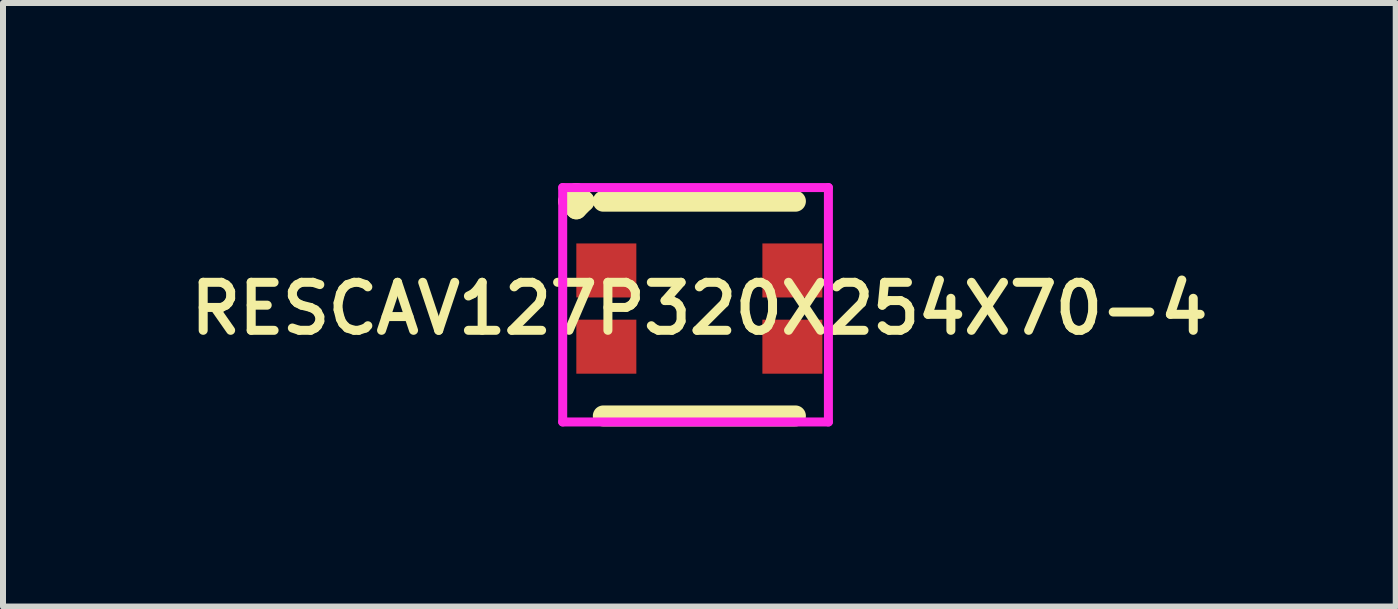
<source format=kicad_pcb>
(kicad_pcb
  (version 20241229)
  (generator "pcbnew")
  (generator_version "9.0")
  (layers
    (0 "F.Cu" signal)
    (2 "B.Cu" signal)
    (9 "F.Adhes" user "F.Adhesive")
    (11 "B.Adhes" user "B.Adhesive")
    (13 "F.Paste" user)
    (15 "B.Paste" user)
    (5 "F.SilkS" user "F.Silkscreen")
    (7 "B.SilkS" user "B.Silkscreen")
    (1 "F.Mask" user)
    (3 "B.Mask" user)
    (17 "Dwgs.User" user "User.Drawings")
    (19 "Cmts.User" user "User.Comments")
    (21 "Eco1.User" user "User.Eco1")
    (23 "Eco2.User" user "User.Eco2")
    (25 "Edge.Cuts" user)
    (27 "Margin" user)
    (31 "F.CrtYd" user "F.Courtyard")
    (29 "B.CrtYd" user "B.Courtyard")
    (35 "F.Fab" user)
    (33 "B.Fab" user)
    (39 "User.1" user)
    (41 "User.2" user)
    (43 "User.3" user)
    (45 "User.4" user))
  (footprint "RESCAV127P320X254X70-4"
    (layer "F.Cu")
    (at 8.602 2.091)
    (property "Reference" "RESCAV127P320X254X70-4" (at 0 0 0) (layer "F.SilkS") (effects (font (size 0.8 0.8) (thickness 0.15))))
    (attr through_hole)
    (fp_line (start -2.177 -1.789) (end -2.05 -1.916) (stroke (width 0.35) (type solid)) (layer "F.SilkS"))
    (fp_line (start -2.05 -1.916) (end -1.923 -1.789) (stroke (width 0.35) (type solid)) (layer "F.SilkS"))
    (fp_line (start -2.05 -1.662) (end -2.177 -1.789) (stroke (width 0.35) (type solid)) (layer "F.SilkS"))
    (fp_line (start -1.923 -1.789) (end -2.05 -1.662) (stroke (width 0.35) (type solid)) (layer "F.SilkS"))
    (fp_line (start -1.6 -1.789) (end 1.6 -1.789) (stroke (width 0.35) (type solid)) (layer "F.SilkS"))
    (fp_line (start -1.6 1.789) (end 1.6 1.789) (stroke (width 0.35) (type solid)) (layer "F.SilkS"))
    (fp_line (start -2.277 -2.016) (end 2.15 -2.016) (stroke (width 0.15) (type solid)) (layer "F.CrtYd"))
    (fp_line (start -2.277 1.889) (end -2.277 -2.016) (stroke (width 0.15) (type solid)) (layer "F.CrtYd"))
    (fp_line (start 2.15 -2.016) (end 2.15 1.889) (stroke (width 0.15) (type solid)) (layer "F.CrtYd"))
    (fp_line (start 2.15 1.889) (end -2.277 1.889) (stroke (width 0.15) (type solid)) (layer "F.CrtYd"))
    (pad "1" smd rect (at -1.55 -0.635) (size 1 0.9) (layers "F.Cu" "F.Mask" "F.Paste"))
    (pad "2" smd rect (at -1.55 0.635) (size 1 0.9) (layers "F.Cu" "F.Mask" "F.Paste"))
    (pad "3" smd rect (at 1.55 0.635) (size 1 0.9) (layers "F.Cu" "F.Mask" "F.Paste"))
    (pad "4" smd rect (at 1.55 -0.635) (size 1 0.9) (layers "F.Cu" "F.Mask" "F.Paste")))
  (gr_rect
    (start -3 -3)
    (end 20.204 7.055)
    (stroke (width 0.1) (type default))
    (fill no)
    (layer "Edge.Cuts")))
</source>
